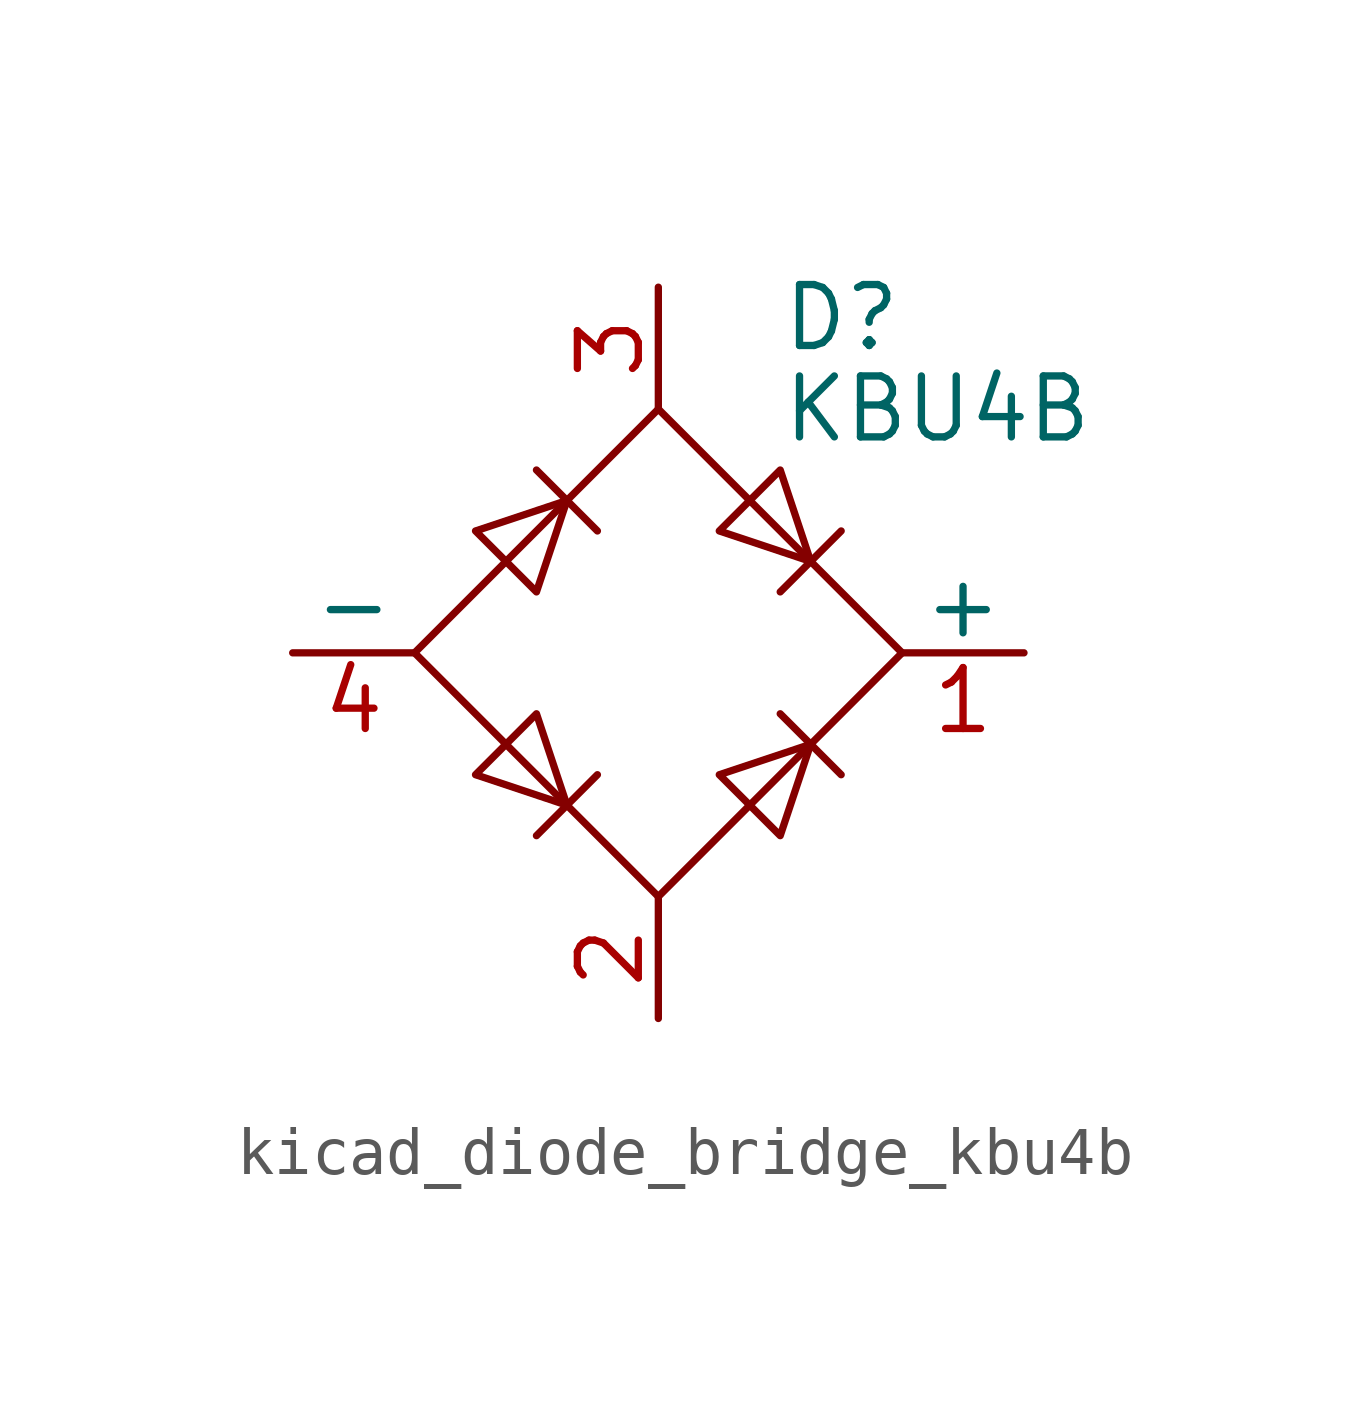
<source format=kicad_sym>
(kicad_symbol_lib
  (version 20220914)
  (generator kicad_symbol_editor)
  (symbol "kicad_diode_bridge_kbu4b"
    (pin_names
      (offset 0))
    (property "Reference" "D"
      (at 2.54 6.985 0)
      (effects (font (size 1.27 1.27)) (justify left)))
    (property "Value" "KBU4B"
      (at 2.54 5.08 0)
      (effects (font (size 1.27 1.27)) (justify left)))
    (symbol "kicad_diode_bridge_kbu4b_0_1"
      (polyline (pts (xy -2.54 3.81) (xy -1.27 2.54)) (stroke (width 0) (type default)) (fill (type none)))
      (polyline (pts (xy -1.27 -2.54) (xy -2.54 -3.81)) (stroke (width 0) (type default)) (fill (type none)))
      (polyline (pts (xy 2.54 -1.27) (xy 3.81 -2.54)) (stroke (width 0) (type default)) (fill (type none)))
      (polyline (pts (xy 2.54 1.27) (xy 3.81 2.54)) (stroke (width 0) (type default)) (fill (type none)))
      (polyline (pts (xy -3.81 2.54) (xy -2.54 1.27) (xy -1.905 3.175) (xy -3.81 2.54)) (stroke (width 0) (type default)) (fill (type none)))
      (polyline (pts (xy -2.54 -1.27) (xy -3.81 -2.54) (xy -1.905 -3.175) (xy -2.54 -1.27)) (stroke (width 0) (type default)) (fill (type none)))
      (polyline (pts (xy 1.27 2.54) (xy 2.54 3.81) (xy 3.175 1.905) (xy 1.27 2.54)) (stroke (width 0) (type default)) (fill (type none)))
      (polyline (pts (xy 3.175 -1.905) (xy 1.27 -2.54) (xy 2.54 -3.81) (xy 3.175 -1.905)) (stroke (width 0) (type default)) (fill (type none)))
      (polyline (pts (xy -5.08 0) (xy 0 -5.08) (xy 5.08 0) (xy 0 5.08) (xy -5.08 0)) (stroke (width 0) (type default)) (fill (type none))))
    (symbol "kicad_diode_bridge_kbu4b_1_1"
      (pin passive line (at 7.62 0 180) (length 2.54) (name "+" (effects (font (size 1.27 1.27)))) (number "1" (effects (font (size 1.27 1.27)))))
      (pin passive line (at 0 -7.62 90) (length 2.54) (name "~" (effects (font (size 1.27 1.27)))) (number "2" (effects (font (size 1.27 1.27)))))
      (pin passive line (at 0 7.62 270) (length 2.54) (name "~" (effects (font (size 1.27 1.27)))) (number "3" (effects (font (size 1.27 1.27)))))
      (pin passive line (at -7.62 0 0) (length 2.54) (name "-" (effects (font (size 1.27 1.27)))) (number "4" (effects (font (size 1.27 1.27))))))))
</source>
